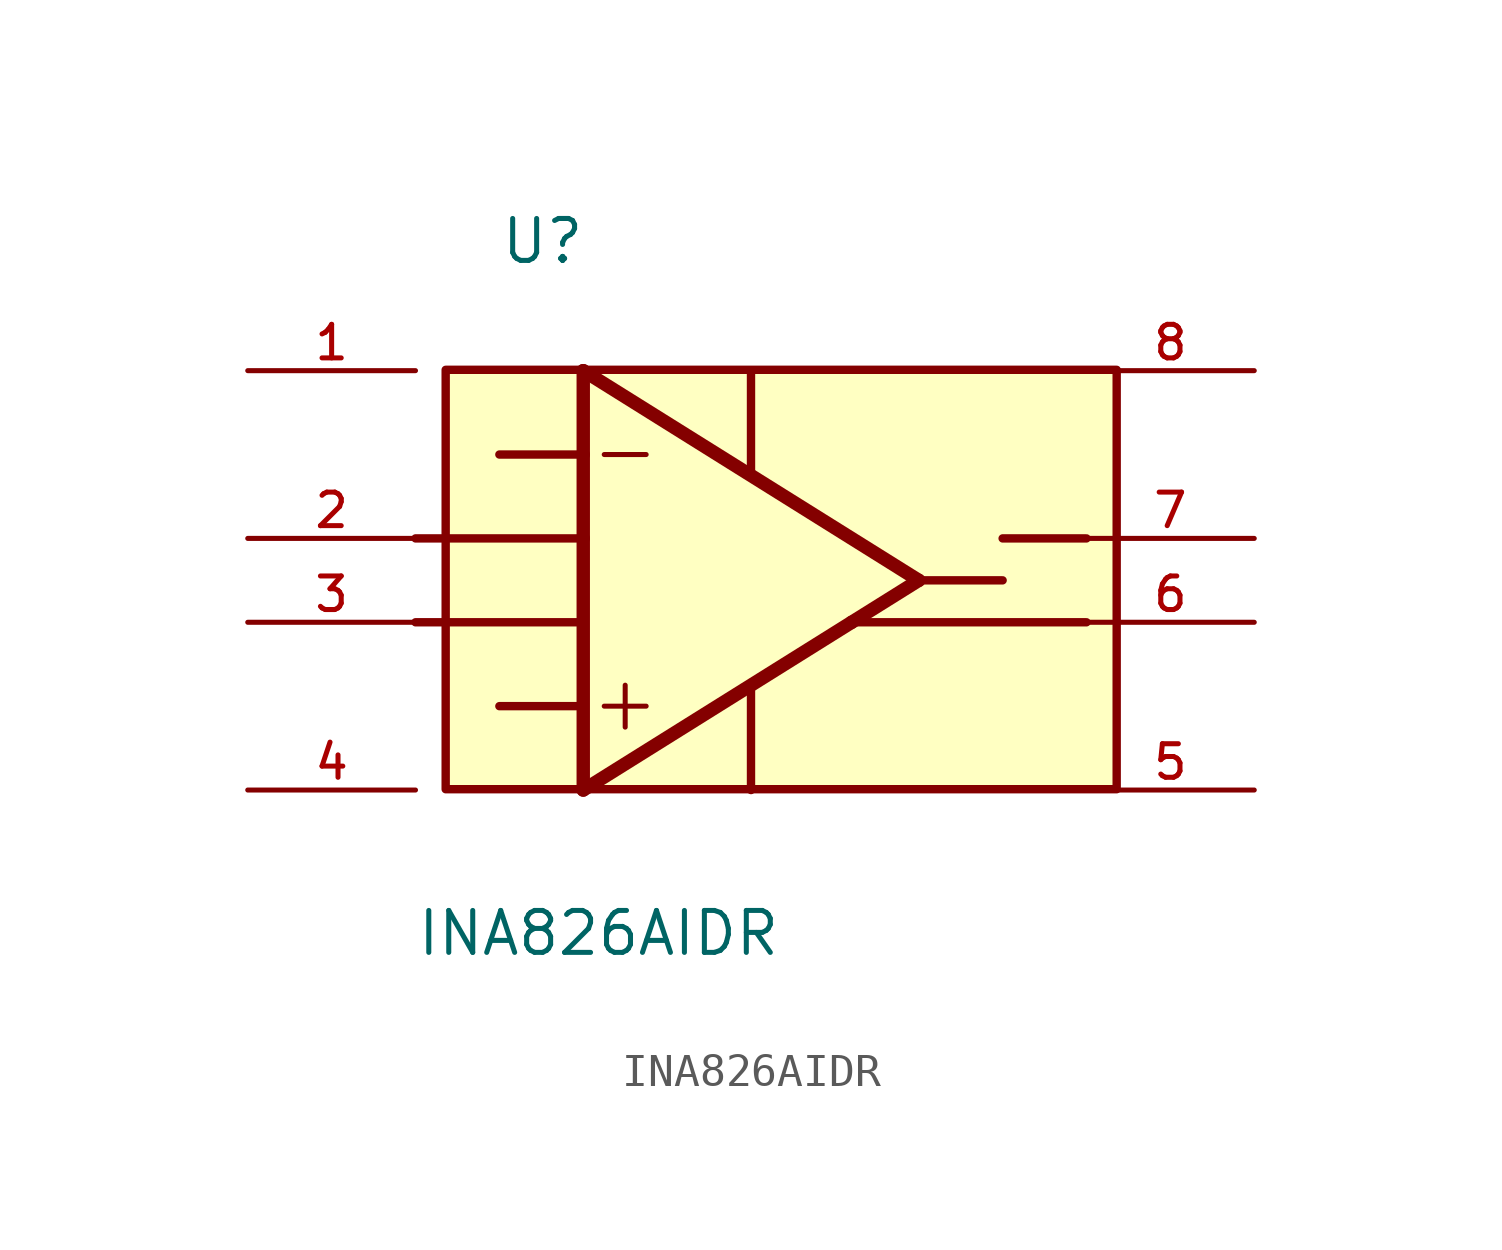
<source format=kicad_sym>
(kicad_symbol_lib
  (version 20211014)
  (generator kicad_symbol_editor)
  (symbol "INA826AIDR"
    (pin_names
      (offset 1.016))
    (property "Reference" "U"
      (at -5.08 10.795 0)
      (effects (font (size 1.27 1.27)) (justify bottom left)))
    (property "Value" "INA826AIDR"
      (at -7.62 -10.16 0)
      (effects (font (size 1.27 1.27)) (justify bottom left)))
    (symbol "INA826AIDR_0_0"
      (polyline (pts (xy -2.54 7.62) (xy -2.54 5.08)) (stroke (width 0.406)))
      (polyline (pts (xy -2.54 5.08) (xy -2.54 2.54)) (stroke (width 0.406)))
      (polyline (pts (xy -2.54 2.54) (xy -2.54 -5.08)) (stroke (width 0.406)))
      (polyline (pts (xy -2.54 -5.08) (xy 5.588 0.0)) (stroke (width 0.406)))
      (polyline (pts (xy 5.588 0.0) (xy 7.62 1.27)) (stroke (width 0.406)))
      (polyline (pts (xy 7.62 1.27) (xy -2.54 7.62)) (stroke (width 0.406)))
      (polyline (pts (xy -1.27 -1.905) (xy -1.27 -3.175)) (stroke (width 0.152)))
      (polyline (pts (xy -1.905 5.08) (xy -0.635 5.08)) (stroke (width 0.152)))
      (polyline (pts (xy -1.905 -2.54) (xy -0.635 -2.54)) (stroke (width 0.152)))
      (polyline (pts (xy 7.62 1.27) (xy 10.16 1.27)) (stroke (width 0.254)))
      (polyline (pts (xy 10.16 2.54) (xy 12.7 2.54)) (stroke (width 0.254)))
      (polyline (pts (xy -2.54 5.08) (xy -5.08 5.08)) (stroke (width 0.254)))
      (polyline (pts (xy -2.54 -2.54) (xy -5.08 -2.54)) (stroke (width 0.254)))
      (polyline (pts (xy -2.54 2.54) (xy -7.62 2.54)) (stroke (width 0.254)))
      (polyline (pts (xy -2.54 0.0) (xy -7.62 0.0)) (stroke (width 0.254)))
      (polyline (pts (xy 2.54 4.572) (xy 2.54 7.62)) (stroke (width 0.254)))
      (polyline (pts (xy 2.54 -2.032) (xy 2.54 -5.08)) (stroke (width 0.254)))
      (polyline (pts (xy 5.588 0.0) (xy 12.7 0.0)) (stroke (width 0.254)))
      (rectangle (start -6.706 -5.055) (end 13.614 7.645) (stroke (width 0.254)) (fill (type background)))
      (pin input line (at -12.7 -5.08 0) (length 5.08) (name "~" (effects (font (size 1.016 1.016)))) (number "4" (effects (font (size 1.016 1.016)))))
      (pin input line (at -12.7 7.62 0) (length 5.08) (name "~" (effects (font (size 1.016 1.016)))) (number "1" (effects (font (size 1.016 1.016)))))
      (pin input line (at 17.78 0.0 180.0) (length 5.08) (name "~" (effects (font (size 1.016 1.016)))) (number "6" (effects (font (size 1.016 1.016)))))
      (pin power_in line (at 17.78 7.62 180.0) (length 5.08) (name "~" (effects (font (size 1.016 1.016)))) (number "8" (effects (font (size 1.016 1.016)))))
      (pin power_in line (at 17.78 -5.08 180.0) (length 5.08) (name "~" (effects (font (size 1.016 1.016)))) (number "5" (effects (font (size 1.016 1.016)))))
      (pin passive line (at -12.7 2.54 0) (length 5.08) (name "~" (effects (font (size 1.016 1.016)))) (number "2" (effects (font (size 1.016 1.016)))))
      (pin passive line (at -12.7 0.0 0) (length 5.08) (name "~" (effects (font (size 1.016 1.016)))) (number "3" (effects (font (size 1.016 1.016)))))
      (pin output line (at 17.78 2.54 180.0) (length 5.08) (name "~" (effects (font (size 1.016 1.016)))) (number "7" (effects (font (size 1.016 1.016))))))))
</source>
